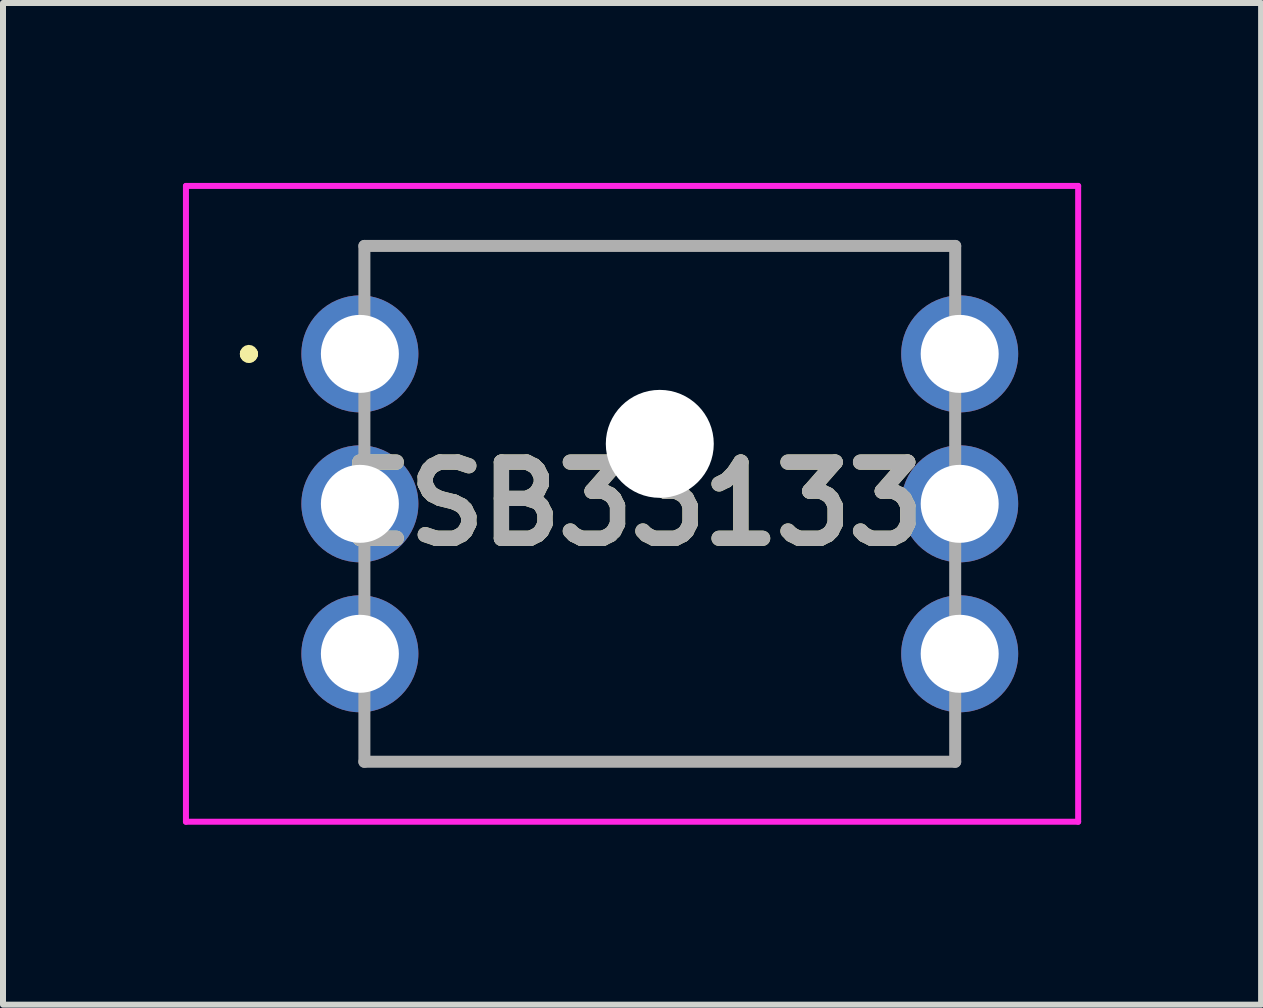
<source format=kicad_pcb>
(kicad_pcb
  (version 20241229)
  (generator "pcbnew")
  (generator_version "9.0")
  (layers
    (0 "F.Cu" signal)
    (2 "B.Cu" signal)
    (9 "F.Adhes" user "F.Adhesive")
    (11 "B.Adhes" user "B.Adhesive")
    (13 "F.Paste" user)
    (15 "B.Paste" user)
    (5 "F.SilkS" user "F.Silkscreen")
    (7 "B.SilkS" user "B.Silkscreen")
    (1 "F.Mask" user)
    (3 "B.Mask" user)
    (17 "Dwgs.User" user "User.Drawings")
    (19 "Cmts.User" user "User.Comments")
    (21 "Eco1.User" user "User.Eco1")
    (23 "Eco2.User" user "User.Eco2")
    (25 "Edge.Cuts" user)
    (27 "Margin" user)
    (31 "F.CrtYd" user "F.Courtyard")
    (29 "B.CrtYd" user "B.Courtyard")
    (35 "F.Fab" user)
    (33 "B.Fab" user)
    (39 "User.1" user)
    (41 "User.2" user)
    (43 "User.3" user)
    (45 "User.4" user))
  (footprint "ESB33133"
    (layer "F.Cu")
    (at 2.95 2.85)
    (property "Reference" "ESB33133" (at 4.537 2.5 0) (layer "F.SilkS") (effects (font (size 1.27 1.27) (thickness 0.254))))
    (attr through_hole)
    (fp_line (start -1.9 0) (end -1.9 0) (stroke (width 0.2) (type solid)) (layer "F.SilkS"))
    (fp_line (start -1.9 0) (end -1.9 0) (stroke (width 0.2) (type solid)) (layer "F.SilkS"))
    (fp_line (start -1.8 0) (end -1.8 0) (stroke (width 0.2) (type solid)) (layer "F.SilkS"))
    (fp_line (start 0.075 -1.8) (end 0.075 -1.8) (stroke (width 0.1) (type solid)) (layer "F.SilkS"))
    (fp_line (start 0.075 -1.8) (end 0.075 -1.8) (stroke (width 0.1) (type solid)) (layer "F.SilkS"))
    (fp_line (start 0.075 -1.8) (end 0.075 -1.5) (stroke (width 0.1) (type solid)) (layer "F.SilkS"))
    (fp_line (start 0.075 -1.8) (end 9.925 -1.8) (stroke (width 0.1) (type solid)) (layer "F.SilkS"))
    (fp_line (start 0.075 -1.5) (end 0.075 -1.8) (stroke (width 0.1) (type solid)) (layer "F.SilkS"))
    (fp_line (start 0.075 -1.5) (end 0.075 -1.5) (stroke (width 0.1) (type solid)) (layer "F.SilkS"))
    (fp_line (start 0.075 6.5) (end 0.075 6.5) (stroke (width 0.1) (type solid)) (layer "F.SilkS"))
    (fp_line (start 0.075 6.5) (end 0.075 6.8) (stroke (width 0.1) (type solid)) (layer "F.SilkS"))
    (fp_line (start 0.075 6.8) (end 0.075 6.5) (stroke (width 0.1) (type solid)) (layer "F.SilkS"))
    (fp_line (start 0.075 6.8) (end 0.075 6.8) (stroke (width 0.1) (type solid)) (layer "F.SilkS"))
    (fp_line (start 0.075 6.8) (end 0.075 6.8) (stroke (width 0.1) (type solid)) (layer "F.SilkS"))
    (fp_line (start 0.075 6.8) (end 9.925 6.8) (stroke (width 0.1) (type solid)) (layer "F.SilkS"))
    (fp_line (start 9.925 -1.8) (end 0.075 -1.8) (stroke (width 0.1) (type solid)) (layer "F.SilkS"))
    (fp_line (start 9.925 -1.8) (end 9.925 -1.8) (stroke (width 0.1) (type solid)) (layer "F.SilkS"))
    (fp_line (start 9.925 -1.8) (end 9.925 -1.8) (stroke (width 0.1) (type solid)) (layer "F.SilkS"))
    (fp_line (start 9.925 -1.8) (end 9.925 -1.5) (stroke (width 0.1) (type solid)) (layer "F.SilkS"))
    (fp_line (start 9.925 -1.5) (end 9.925 -1.8) (stroke (width 0.1) (type solid)) (layer "F.SilkS"))
    (fp_line (start 9.925 -1.5) (end 9.925 -1.5) (stroke (width 0.1) (type solid)) (layer "F.SilkS"))
    (fp_line (start 9.925 6.5) (end 9.925 6.5) (stroke (width 0.1) (type solid)) (layer "F.SilkS"))
    (fp_line (start 9.925 6.5) (end 9.925 6.8) (stroke (width 0.1) (type solid)) (layer "F.SilkS"))
    (fp_line (start 9.925 6.8) (end 0.075 6.8) (stroke (width 0.1) (type solid)) (layer "F.SilkS"))
    (fp_line (start 9.925 6.8) (end 9.925 6.5) (stroke (width 0.1) (type solid)) (layer "F.SilkS"))
    (fp_line (start 9.925 6.8) (end 9.925 6.8) (stroke (width 0.1) (type solid)) (layer "F.SilkS"))
    (fp_line (start 9.925 6.8) (end 9.925 6.8) (stroke (width 0.1) (type solid)) (layer "F.SilkS"))
    (fp_arc (start -1.9 0) (mid -1.85 -0.05) (end -1.8 0) (stroke (width 0.2) (type solid)) (layer "F.SilkS"))
    (fp_arc (start -1.8 0) (mid -1.85 0.05) (end -1.9 0) (stroke (width 0.2) (type solid)) (layer "F.SilkS"))
    (fp_arc (start -1.8 0) (mid -1.85 0.05) (end -1.9 0) (stroke (width 0.2) (type solid)) (layer "F.SilkS"))
    (fp_line (start -2.9 -2.8) (end 11.975 -2.8) (stroke (width 0.1) (type solid)) (layer "F.CrtYd"))
    (fp_line (start -2.9 7.8) (end -2.9 -2.8) (stroke (width 0.1) (type solid)) (layer "F.CrtYd"))
    (fp_line (start 11.975 -2.8) (end 11.975 7.8) (stroke (width 0.1) (type solid)) (layer "F.CrtYd"))
    (fp_line (start 11.975 7.8) (end -2.9 7.8) (stroke (width 0.1) (type solid)) (layer "F.CrtYd"))
    (fp_line (start 0.075 -1.8) (end 0.075 6.8) (stroke (width 0.2) (type solid)) (layer "F.Fab"))
    (fp_line (start 0.075 6.8) (end 9.925 6.8) (stroke (width 0.2) (type solid)) (layer "F.Fab"))
    (fp_line (start 9.925 -1.8) (end 0.075 -1.8) (stroke (width 0.2) (type solid)) (layer "F.Fab"))
    (fp_line (start 9.925 6.8) (end 9.925 -1.8) (stroke (width 0.2) (type solid)) (layer "F.Fab"))
    (fp_text user "${REFERENCE}" (at 4.537 2.5 0) (layer "F.Fab") (effects (font (size 1.27 1.27) (thickness 0.254))))
    (pad "" np_thru_hole circle (at 5 1.5) (size 1.8 1.8) (drill 1.8) (layers "*.Cu" "*.Mask"))
    (pad "1" thru_hole circle (at 0 0) (size 1.95 1.95) (drill 1.3) (layers "*.Cu" "*.Mask"))
    (pad "2" thru_hole circle (at 0 2.5) (size 1.95 1.95) (drill 1.3) (layers "*.Cu" "*.Mask"))
    (pad "3" thru_hole circle (at 0 5) (size 1.95 1.95) (drill 1.3) (layers "*.Cu" "*.Mask"))
    (pad "4" thru_hole circle (at 10 5) (size 1.95 1.95) (drill 1.3) (layers "*.Cu" "*.Mask"))
    (pad "5" thru_hole circle (at 10 2.5) (size 1.95 1.95) (drill 1.3) (layers "*.Cu" "*.Mask"))
    (pad "6" thru_hole circle (at 10 0) (size 1.95 1.95) (drill 1.3) (layers "*.Cu" "*.Mask")))
  (gr_rect
    (start -3 -3)
    (end 17.975 13.7)
    (stroke (width 0.1) (type default))
    (fill no)
    (layer "Edge.Cuts")))
</source>
